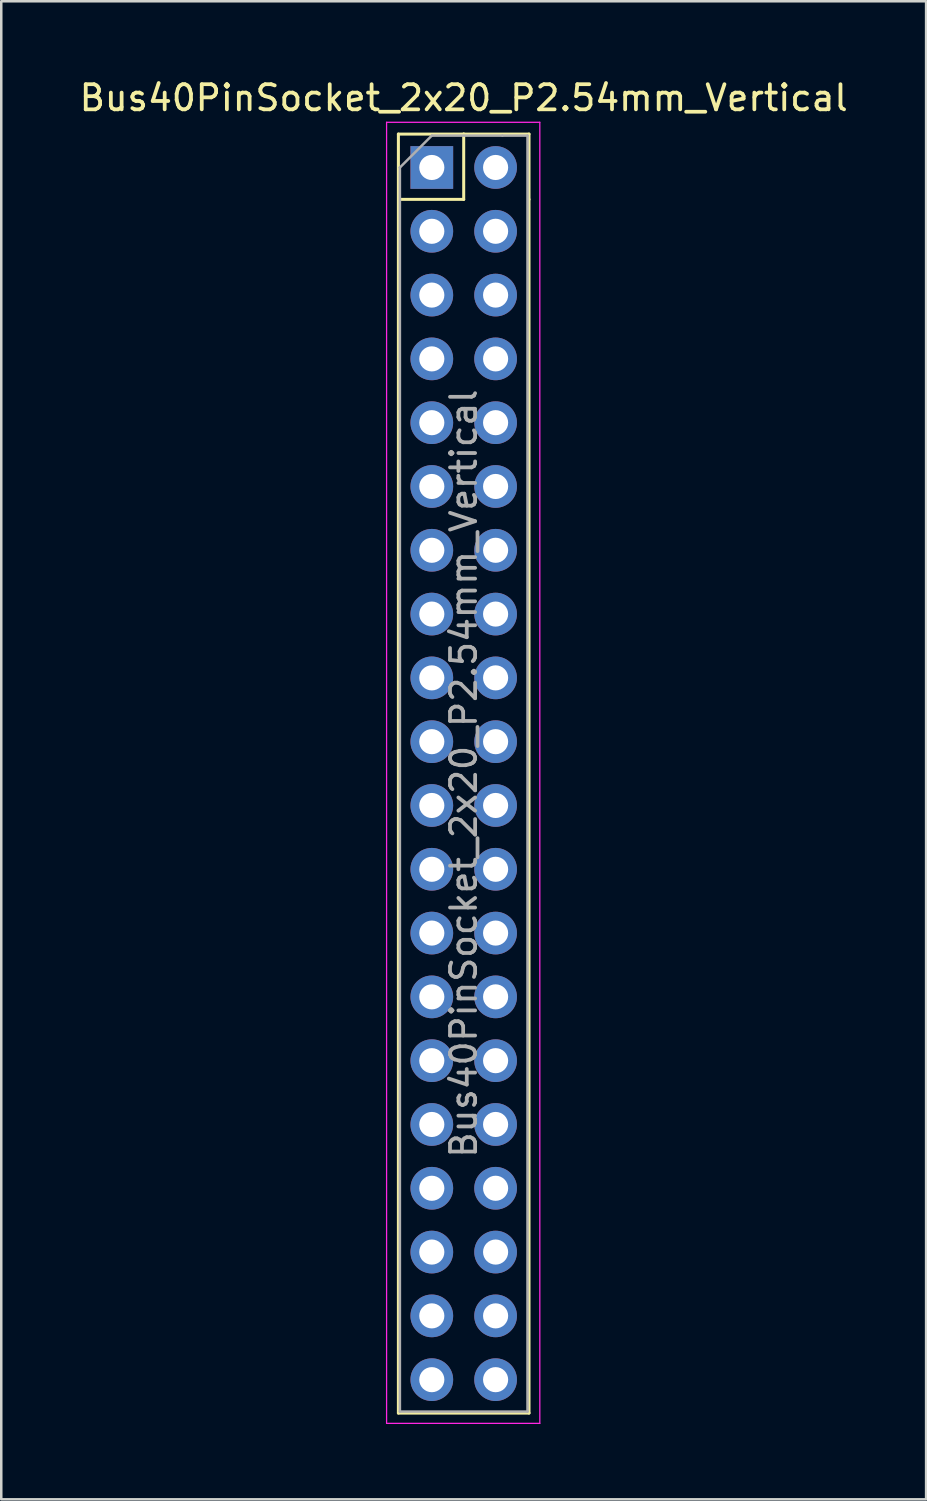
<source format=kicad_pcb>
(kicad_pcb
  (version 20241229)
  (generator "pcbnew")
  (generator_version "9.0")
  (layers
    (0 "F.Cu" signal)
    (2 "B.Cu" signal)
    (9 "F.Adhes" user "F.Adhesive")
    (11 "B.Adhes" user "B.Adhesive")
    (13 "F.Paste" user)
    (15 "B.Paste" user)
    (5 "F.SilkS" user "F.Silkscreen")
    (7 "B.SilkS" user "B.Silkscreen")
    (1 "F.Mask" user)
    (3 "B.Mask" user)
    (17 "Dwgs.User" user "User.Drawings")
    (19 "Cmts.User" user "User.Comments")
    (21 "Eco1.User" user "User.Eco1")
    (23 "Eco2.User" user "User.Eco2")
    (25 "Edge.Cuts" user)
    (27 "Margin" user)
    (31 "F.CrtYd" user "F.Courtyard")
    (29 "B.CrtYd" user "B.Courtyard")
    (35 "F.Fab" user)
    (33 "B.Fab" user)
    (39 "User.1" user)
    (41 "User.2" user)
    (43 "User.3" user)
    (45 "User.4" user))
  (footprint "Bus40PinSocket_2x20_P2.54mm_Vertical"
    (layer "F.Cu")
    (at 16.681 3.618)
    (property "Reference" "Bus40PinSocket_2x20_P2.54mm_Vertical" (at -1.27 -2.77 0) (layer "F.SilkS") (effects (font (size 1 1) (thickness 0.15))))
    (attr through_hole)
    (fp_line (start -3.87 -1.33) (end -3.87 49.59) (stroke (width 0.12) (type solid)) (layer "F.SilkS"))
    (fp_line (start -3.87 -1.33) (end -1.27 -1.33) (stroke (width 0.12) (type solid)) (layer "F.SilkS"))
    (fp_line (start -3.87 49.59) (end 1.33 49.59) (stroke (width 0.12) (type solid)) (layer "F.SilkS"))
    (fp_line (start -1.27 -1.33) (end -1.27 1.27) (stroke (width 0.12) (type solid)) (layer "F.SilkS"))
    (fp_line (start -1.27 -1.33) (end 1.33 -1.33) (stroke (width 0.12) (type solid)) (layer "F.SilkS"))
    (fp_line (start -1.27 1.27) (end -3.81 1.27) (stroke (width 0.12) (type solid)) (layer "F.SilkS"))
    (fp_line (start 1.33 -1.33) (end 1.33 1.27) (stroke (width 0.12) (type solid)) (layer "F.SilkS"))
    (fp_line (start 1.33 1.27) (end 1.33 49.59) (stroke (width 0.12) (type solid)) (layer "F.SilkS"))
    (fp_line (start -4.34 -1.8) (end 1.76 -1.8) (stroke (width 0.05) (type solid)) (layer "F.CrtYd"))
    (fp_line (start -4.34 50) (end -4.34 -1.8) (stroke (width 0.05) (type solid)) (layer "F.CrtYd"))
    (fp_line (start 1.76 -1.8) (end 1.76 50) (stroke (width 0.05) (type solid)) (layer "F.CrtYd"))
    (fp_line (start 1.76 50) (end -4.34 50) (stroke (width 0.05) (type solid)) (layer "F.CrtYd"))
    (fp_line (start -3.81 0) (end -3.81 0) (stroke (width 0.1) (type solid)) (layer "F.Fab"))
    (fp_line (start -3.81 0) (end -2.54 -1.27) (stroke (width 0.1) (type solid)) (layer "F.Fab"))
    (fp_line (start -3.81 49.53) (end -3.81 0) (stroke (width 0.1) (type solid)) (layer "F.Fab"))
    (fp_line (start -2.54 -1.27) (end 0.27 -1.27) (stroke (width 0.1) (type solid)) (layer "F.Fab"))
    (fp_line (start 0.27 -1.27) (end 1.27 -1.27) (stroke (width 0.1) (type solid)) (layer "F.Fab"))
    (fp_line (start 1.27 -1.27) (end 1.27 49.53) (stroke (width 0.1) (type solid)) (layer "F.Fab"))
    (fp_line (start 1.27 49.53) (end -3.81 49.53) (stroke (width 0.1) (type solid)) (layer "F.Fab"))
    (fp_text user "${REFERENCE}" (at -1.27 24.13 90) (layer "F.Fab") (effects (font (size 1 1) (thickness 0.15))))
    (pad "1" thru_hole rect (at -2.54 0) (size 1.7 1.7) (drill 1) (layers "*.Cu" "*.Mask"))
    (pad "2" thru_hole oval (at 0 0) (size 1.7 1.7) (drill 1) (layers "*.Cu" "*.Mask"))
    (pad "3" thru_hole oval (at -2.54 2.54) (size 1.7 1.7) (drill 1) (layers "*.Cu" "*.Mask"))
    (pad "4" thru_hole oval (at 0 2.54) (size 1.7 1.7) (drill 1) (layers "*.Cu" "*.Mask"))
    (pad "5" thru_hole oval (at -2.54 5.08) (size 1.7 1.7) (drill 1) (layers "*.Cu" "*.Mask"))
    (pad "6" thru_hole oval (at 0 5.08) (size 1.7 1.7) (drill 1) (layers "*.Cu" "*.Mask"))
    (pad "7" thru_hole oval (at -2.54 7.62) (size 1.7 1.7) (drill 1) (layers "*.Cu" "*.Mask"))
    (pad "8" thru_hole oval (at 0 7.62) (size 1.7 1.7) (drill 1) (layers "*.Cu" "*.Mask"))
    (pad "9" thru_hole oval (at -2.54 10.16) (size 1.7 1.7) (drill 1) (layers "*.Cu" "*.Mask"))
    (pad "10" thru_hole oval (at 0 10.16) (size 1.7 1.7) (drill 1) (layers "*.Cu" "*.Mask"))
    (pad "11" thru_hole oval (at -2.54 12.7) (size 1.7 1.7) (drill 1) (layers "*.Cu" "*.Mask"))
    (pad "12" thru_hole oval (at 0 12.7) (size 1.7 1.7) (drill 1) (layers "*.Cu" "*.Mask"))
    (pad "13" thru_hole oval (at -2.54 15.24) (size 1.7 1.7) (drill 1) (layers "*.Cu" "*.Mask"))
    (pad "14" thru_hole oval (at 0 15.24) (size 1.7 1.7) (drill 1) (layers "*.Cu" "*.Mask"))
    (pad "15" thru_hole oval (at -2.54 17.78) (size 1.7 1.7) (drill 1) (layers "*.Cu" "*.Mask"))
    (pad "16" thru_hole oval (at 0 17.78) (size 1.7 1.7) (drill 1) (layers "*.Cu" "*.Mask"))
    (pad "17" thru_hole oval (at -2.54 20.32) (size 1.7 1.7) (drill 1) (layers "*.Cu" "*.Mask"))
    (pad "18" thru_hole oval (at 0 20.32) (size 1.7 1.7) (drill 1) (layers "*.Cu" "*.Mask"))
    (pad "19" thru_hole oval (at -2.54 22.86) (size 1.7 1.7) (drill 1) (layers "*.Cu" "*.Mask"))
    (pad "20" thru_hole oval (at 0 22.86) (size 1.7 1.7) (drill 1) (layers "*.Cu" "*.Mask"))
    (pad "21" thru_hole oval (at -2.54 25.4) (size 1.7 1.7) (drill 1) (layers "*.Cu" "*.Mask"))
    (pad "22" thru_hole oval (at 0 25.4) (size 1.7 1.7) (drill 1) (layers "*.Cu" "*.Mask"))
    (pad "23" thru_hole oval (at -2.54 27.94) (size 1.7 1.7) (drill 1) (layers "*.Cu" "*.Mask"))
    (pad "24" thru_hole oval (at 0 27.94) (size 1.7 1.7) (drill 1) (layers "*.Cu" "*.Mask"))
    (pad "25" thru_hole oval (at -2.54 30.48) (size 1.7 1.7) (drill 1) (layers "*.Cu" "*.Mask"))
    (pad "26" thru_hole oval (at 0 30.48) (size 1.7 1.7) (drill 1) (layers "*.Cu" "*.Mask"))
    (pad "27" thru_hole oval (at -2.54 33.02) (size 1.7 1.7) (drill 1) (layers "*.Cu" "*.Mask"))
    (pad "28" thru_hole oval (at 0 33.02) (size 1.7 1.7) (drill 1) (layers "*.Cu" "*.Mask"))
    (pad "29" thru_hole oval (at -2.54 35.56) (size 1.7 1.7) (drill 1) (layers "*.Cu" "*.Mask"))
    (pad "30" thru_hole oval (at 0 35.56) (size 1.7 1.7) (drill 1) (layers "*.Cu" "*.Mask"))
    (pad "31" thru_hole oval (at -2.54 38.1) (size 1.7 1.7) (drill 1) (layers "*.Cu" "*.Mask"))
    (pad "32" thru_hole oval (at 0 38.1) (size 1.7 1.7) (drill 1) (layers "*.Cu" "*.Mask"))
    (pad "33" thru_hole oval (at -2.54 40.64) (size 1.7 1.7) (drill 1) (layers "*.Cu" "*.Mask"))
    (pad "34" thru_hole oval (at 0 40.64) (size 1.7 1.7) (drill 1) (layers "*.Cu" "*.Mask"))
    (pad "35" thru_hole oval (at -2.54 43.18) (size 1.7 1.7) (drill 1) (layers "*.Cu" "*.Mask"))
    (pad "36" thru_hole oval (at 0 43.18) (size 1.7 1.7) (drill 1) (layers "*.Cu" "*.Mask"))
    (pad "37" thru_hole oval (at -2.54 45.72) (size 1.7 1.7) (drill 1) (layers "*.Cu" "*.Mask"))
    (pad "38" thru_hole oval (at 0 45.72) (size 1.7 1.7) (drill 1) (layers "*.Cu" "*.Mask"))
    (pad "39" thru_hole oval (at -2.54 48.26) (size 1.7 1.7) (drill 1) (layers "*.Cu" "*.Mask"))
    (pad "40" thru_hole oval (at 0 48.26) (size 1.7 1.7) (drill 1) (layers "*.Cu" "*.Mask")))
  (gr_rect
    (start -3 -3)
    (end 33.821 56.643)
    (stroke (width 0.1) (type default))
    (fill no)
    (layer "Edge.Cuts")))
</source>
